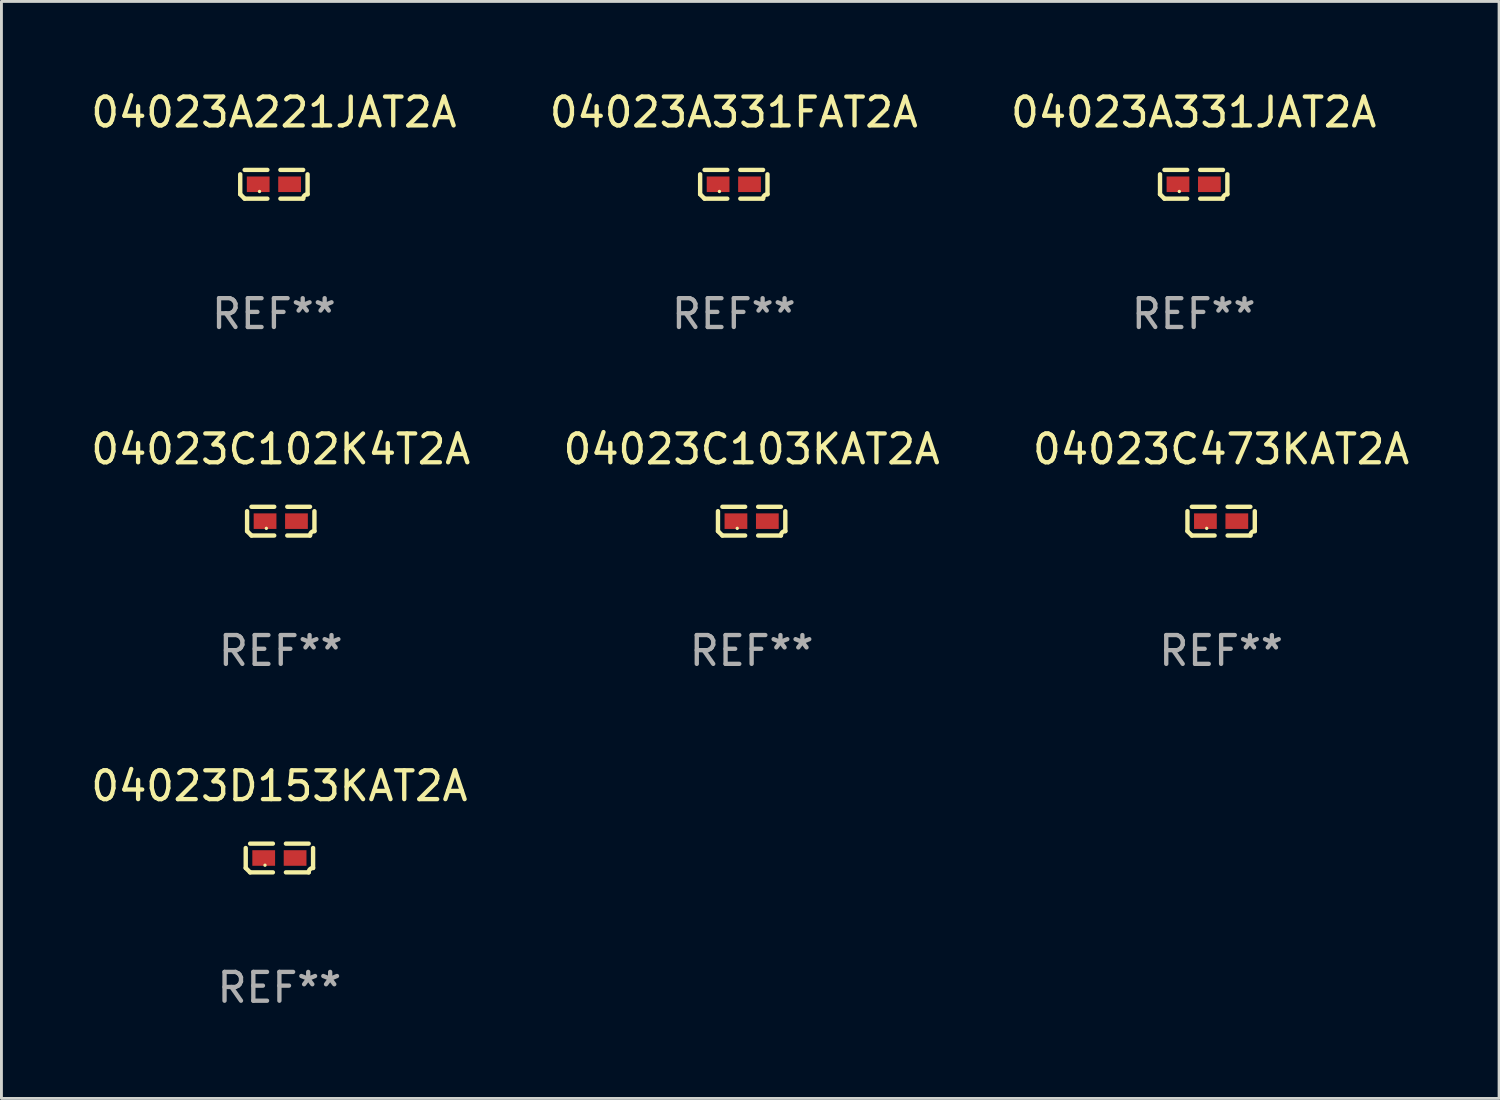
<source format=kicad_pcb>
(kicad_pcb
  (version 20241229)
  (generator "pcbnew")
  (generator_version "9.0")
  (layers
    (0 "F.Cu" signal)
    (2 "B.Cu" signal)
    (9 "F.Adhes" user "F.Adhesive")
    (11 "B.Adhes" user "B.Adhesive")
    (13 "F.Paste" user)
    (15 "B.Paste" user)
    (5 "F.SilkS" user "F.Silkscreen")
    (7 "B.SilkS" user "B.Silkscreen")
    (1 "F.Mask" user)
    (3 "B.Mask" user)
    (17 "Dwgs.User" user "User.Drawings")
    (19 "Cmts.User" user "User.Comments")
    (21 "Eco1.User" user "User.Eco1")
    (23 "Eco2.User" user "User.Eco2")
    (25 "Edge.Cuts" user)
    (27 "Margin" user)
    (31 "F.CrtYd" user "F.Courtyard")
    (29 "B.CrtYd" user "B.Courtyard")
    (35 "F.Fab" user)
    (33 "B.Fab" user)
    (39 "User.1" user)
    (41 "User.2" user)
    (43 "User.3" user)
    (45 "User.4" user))
  (footprint "04023C102K4T2A"
    (layer "F.Cu")
    (at 6.696 15.041)
    (property "Reference" "04023C102K4T2A" (at 0 -2.499 0) (layer "F.SilkS") (effects (font (size 1 1) (thickness 0.15))))
    (attr through_hole)
    (fp_line (start -1.169 0.346) (end -1.169 -0.346) (stroke (width 0.152) (type solid)) (layer "F.SilkS"))
    (fp_line (start -1.016 -0.499) (end -0.226 -0.499) (stroke (width 0.152) (type solid)) (layer "F.SilkS"))
    (fp_line (start -0.226 0.499) (end -1.016 0.499) (stroke (width 0.152) (type solid)) (layer "F.SilkS"))
    (fp_line (start 0.226 0.499) (end 1.016 0.499) (stroke (width 0.152) (type solid)) (layer "F.SilkS"))
    (fp_line (start 1.016 -0.499) (end 0.226 -0.499) (stroke (width 0.152) (type solid)) (layer "F.SilkS"))
    (fp_line (start 1.169 0.346) (end 1.169 -0.346) (stroke (width 0.152) (type solid)) (layer "F.SilkS"))
    (fp_arc (start -1.016307 0.498603) (mid -1.092512 0.422405) (end -1.16871 0.3462) (stroke (width 0.1524) (type solid)) (layer "F.SilkS"))
    (fp_arc (start 1.016307 0.498603) (mid 1.060899 0.390758) (end 1.168707 0.346076) (stroke (width 0.1524) (type solid)) (layer "F.SilkS"))
    (fp_circle (center -0.5 0.25) (end -0.47 0.25) (stroke (width 0.06) (type solid)) (fill no) (layer "F.SilkS"))
    (fp_text user "REF**" (at 0 4.499 0) (layer "F.Fab") (effects (font (size 1 1) (thickness 0.15))))
    (pad "1" smd rect (at -0.545 0) (size 0.79 0.54) (layers "F.Cu" "F.Mask" "F.Paste"))
    (pad "2" smd rect (at 0.545 0) (size 0.79 0.54) (layers "F.Cu" "F.Mask" "F.Paste")))
  (footprint "04023A331JAT2A"
    (layer "F.Cu")
    (at 38.387 3.347)
    (property "Reference" "04023A331JAT2A" (at 0 -2.499 0) (layer "F.SilkS") (effects (font (size 1 1) (thickness 0.15))))
    (attr through_hole)
    (fp_line (start -1.169 0.346) (end -1.169 -0.346) (stroke (width 0.152) (type solid)) (layer "F.SilkS"))
    (fp_line (start -1.016 -0.499) (end -0.226 -0.499) (stroke (width 0.152) (type solid)) (layer "F.SilkS"))
    (fp_line (start -0.226 0.499) (end -1.016 0.499) (stroke (width 0.152) (type solid)) (layer "F.SilkS"))
    (fp_line (start 0.226 0.499) (end 1.016 0.499) (stroke (width 0.152) (type solid)) (layer "F.SilkS"))
    (fp_line (start 1.016 -0.499) (end 0.226 -0.499) (stroke (width 0.152) (type solid)) (layer "F.SilkS"))
    (fp_line (start 1.169 0.346) (end 1.169 -0.346) (stroke (width 0.152) (type solid)) (layer "F.SilkS"))
    (fp_arc (start -1.016307 0.498603) (mid -1.092512 0.422405) (end -1.16871 0.3462) (stroke (width 0.1524) (type solid)) (layer "F.SilkS"))
    (fp_arc (start 1.016307 0.498603) (mid 1.060899 0.390758) (end 1.168707 0.346076) (stroke (width 0.1524) (type solid)) (layer "F.SilkS"))
    (fp_circle (center -0.5 0.25) (end -0.47 0.25) (stroke (width 0.06) (type solid)) (fill no) (layer "F.SilkS"))
    (fp_text user "REF**" (at 0 4.499 0) (layer "F.Fab") (effects (font (size 1 1) (thickness 0.15))))
    (pad "1" smd rect (at -0.545 0) (size 0.79 0.54) (layers "F.Cu" "F.Mask" "F.Paste"))
    (pad "2" smd rect (at 0.545 0) (size 0.79 0.54) (layers "F.Cu" "F.Mask" "F.Paste")))
  (footprint "04023C103KAT2A"
    (layer "F.Cu")
    (at 23.042 15.041)
    (property "Reference" "04023C103KAT2A" (at 0 -2.499 0) (layer "F.SilkS") (effects (font (size 1 1) (thickness 0.15))))
    (attr through_hole)
    (fp_line (start -1.169 0.346) (end -1.169 -0.346) (stroke (width 0.152) (type solid)) (layer "F.SilkS"))
    (fp_line (start -1.016 -0.499) (end -0.226 -0.499) (stroke (width 0.152) (type solid)) (layer "F.SilkS"))
    (fp_line (start -0.226 0.499) (end -1.016 0.499) (stroke (width 0.152) (type solid)) (layer "F.SilkS"))
    (fp_line (start 0.226 0.499) (end 1.016 0.499) (stroke (width 0.152) (type solid)) (layer "F.SilkS"))
    (fp_line (start 1.016 -0.499) (end 0.226 -0.499) (stroke (width 0.152) (type solid)) (layer "F.SilkS"))
    (fp_line (start 1.169 0.346) (end 1.169 -0.346) (stroke (width 0.152) (type solid)) (layer "F.SilkS"))
    (fp_arc (start -1.016307 0.498603) (mid -1.092512 0.422405) (end -1.16871 0.3462) (stroke (width 0.1524) (type solid)) (layer "F.SilkS"))
    (fp_arc (start 1.016307 0.498603) (mid 1.060899 0.390758) (end 1.168707 0.346076) (stroke (width 0.1524) (type solid)) (layer "F.SilkS"))
    (fp_circle (center -0.5 0.25) (end -0.47 0.25) (stroke (width 0.06) (type solid)) (fill no) (layer "F.SilkS"))
    (fp_text user "REF**" (at 0 4.499 0) (layer "F.Fab") (effects (font (size 1 1) (thickness 0.15))))
    (pad "1" smd rect (at -0.545 0) (size 0.79 0.54) (layers "F.Cu" "F.Mask" "F.Paste"))
    (pad "2" smd rect (at 0.545 0) (size 0.79 0.54) (layers "F.Cu" "F.Mask" "F.Paste")))
  (footprint "04023A221JAT2A"
    (layer "F.Cu")
    (at 6.458 3.347)
    (property "Reference" "04023A221JAT2A" (at 0 -2.499 0) (layer "F.SilkS") (effects (font (size 1 1) (thickness 0.15))))
    (attr through_hole)
    (fp_line (start -1.169 0.346) (end -1.169 -0.346) (stroke (width 0.152) (type solid)) (layer "F.SilkS"))
    (fp_line (start -1.016 -0.499) (end -0.226 -0.499) (stroke (width 0.152) (type solid)) (layer "F.SilkS"))
    (fp_line (start -0.226 0.499) (end -1.016 0.499) (stroke (width 0.152) (type solid)) (layer "F.SilkS"))
    (fp_line (start 0.226 0.499) (end 1.016 0.499) (stroke (width 0.152) (type solid)) (layer "F.SilkS"))
    (fp_line (start 1.016 -0.499) (end 0.226 -0.499) (stroke (width 0.152) (type solid)) (layer "F.SilkS"))
    (fp_line (start 1.169 0.346) (end 1.169 -0.346) (stroke (width 0.152) (type solid)) (layer "F.SilkS"))
    (fp_arc (start -1.016307 0.498603) (mid -1.092512 0.422405) (end -1.16871 0.3462) (stroke (width 0.1524) (type solid)) (layer "F.SilkS"))
    (fp_arc (start 1.016307 0.498603) (mid 1.060899 0.390758) (end 1.168707 0.346076) (stroke (width 0.1524) (type solid)) (layer "F.SilkS"))
    (fp_circle (center -0.5 0.25) (end -0.47 0.25) (stroke (width 0.06) (type solid)) (fill no) (layer "F.SilkS"))
    (fp_text user "REF**" (at 0 4.499 0) (layer "F.Fab") (effects (font (size 1 1) (thickness 0.15))))
    (pad "1" smd rect (at -0.545 0) (size 0.79 0.54) (layers "F.Cu" "F.Mask" "F.Paste"))
    (pad "2" smd rect (at 0.545 0) (size 0.79 0.54) (layers "F.Cu" "F.Mask" "F.Paste")))
  (footprint "04023A331FAT2A"
    (layer "F.Cu")
    (at 22.423 3.347)
    (property "Reference" "04023A331FAT2A" (at 0 -2.499 0) (layer "F.SilkS") (effects (font (size 1 1) (thickness 0.15))))
    (attr through_hole)
    (fp_line (start -1.169 0.346) (end -1.169 -0.346) (stroke (width 0.152) (type solid)) (layer "F.SilkS"))
    (fp_line (start -1.016 -0.499) (end -0.226 -0.499) (stroke (width 0.152) (type solid)) (layer "F.SilkS"))
    (fp_line (start -0.226 0.499) (end -1.016 0.499) (stroke (width 0.152) (type solid)) (layer "F.SilkS"))
    (fp_line (start 0.226 0.499) (end 1.016 0.499) (stroke (width 0.152) (type solid)) (layer "F.SilkS"))
    (fp_line (start 1.016 -0.499) (end 0.226 -0.499) (stroke (width 0.152) (type solid)) (layer "F.SilkS"))
    (fp_line (start 1.169 0.346) (end 1.169 -0.346) (stroke (width 0.152) (type solid)) (layer "F.SilkS"))
    (fp_arc (start -1.016307 0.498603) (mid -1.092512 0.422405) (end -1.16871 0.3462) (stroke (width 0.1524) (type solid)) (layer "F.SilkS"))
    (fp_arc (start 1.016307 0.498603) (mid 1.060899 0.390758) (end 1.168707 0.346076) (stroke (width 0.1524) (type solid)) (layer "F.SilkS"))
    (fp_circle (center -0.5 0.25) (end -0.47 0.25) (stroke (width 0.06) (type solid)) (fill no) (layer "F.SilkS"))
    (fp_text user "REF**" (at 0 4.499 0) (layer "F.Fab") (effects (font (size 1 1) (thickness 0.15))))
    (pad "1" smd rect (at -0.545 0) (size 0.79 0.54) (layers "F.Cu" "F.Mask" "F.Paste"))
    (pad "2" smd rect (at 0.545 0) (size 0.79 0.54) (layers "F.Cu" "F.Mask" "F.Paste")))
  (footprint "04023D153KAT2A"
    (layer "F.Cu")
    (at 6.649 26.734)
    (property "Reference" "04023D153KAT2A" (at 0 -2.499 0) (layer "F.SilkS") (effects (font (size 1 1) (thickness 0.15))))
    (attr through_hole)
    (fp_line (start -1.169 0.346) (end -1.169 -0.346) (stroke (width 0.152) (type solid)) (layer "F.SilkS"))
    (fp_line (start -1.016 -0.499) (end -0.226 -0.499) (stroke (width 0.152) (type solid)) (layer "F.SilkS"))
    (fp_line (start -0.226 0.499) (end -1.016 0.499) (stroke (width 0.152) (type solid)) (layer "F.SilkS"))
    (fp_line (start 0.226 0.499) (end 1.016 0.499) (stroke (width 0.152) (type solid)) (layer "F.SilkS"))
    (fp_line (start 1.016 -0.499) (end 0.226 -0.499) (stroke (width 0.152) (type solid)) (layer "F.SilkS"))
    (fp_line (start 1.169 0.346) (end 1.169 -0.346) (stroke (width 0.152) (type solid)) (layer "F.SilkS"))
    (fp_arc (start -1.016307 0.498603) (mid -1.092512 0.422405) (end -1.16871 0.3462) (stroke (width 0.1524) (type solid)) (layer "F.SilkS"))
    (fp_arc (start 1.016307 0.498603) (mid 1.060899 0.390758) (end 1.168707 0.346076) (stroke (width 0.1524) (type solid)) (layer "F.SilkS"))
    (fp_circle (center -0.5 0.25) (end -0.47 0.25) (stroke (width 0.06) (type solid)) (fill no) (layer "F.SilkS"))
    (fp_text user "REF**" (at 0 4.499 0) (layer "F.Fab") (effects (font (size 1 1) (thickness 0.15))))
    (pad "1" smd rect (at -0.545 0) (size 0.79 0.54) (layers "F.Cu" "F.Mask" "F.Paste"))
    (pad "2" smd rect (at 0.545 0) (size 0.79 0.54) (layers "F.Cu" "F.Mask" "F.Paste")))
  (footprint "04023C473KAT2A"
    (layer "F.Cu")
    (at 39.339 15.041)
    (property "Reference" "04023C473KAT2A" (at 0 -2.499 0) (layer "F.SilkS") (effects (font (size 1 1) (thickness 0.15))))
    (attr through_hole)
    (fp_line (start -1.169 0.346) (end -1.169 -0.346) (stroke (width 0.152) (type solid)) (layer "F.SilkS"))
    (fp_line (start -1.016 -0.499) (end -0.226 -0.499) (stroke (width 0.152) (type solid)) (layer "F.SilkS"))
    (fp_line (start -0.226 0.499) (end -1.016 0.499) (stroke (width 0.152) (type solid)) (layer "F.SilkS"))
    (fp_line (start 0.226 0.499) (end 1.016 0.499) (stroke (width 0.152) (type solid)) (layer "F.SilkS"))
    (fp_line (start 1.016 -0.499) (end 0.226 -0.499) (stroke (width 0.152) (type solid)) (layer "F.SilkS"))
    (fp_line (start 1.169 0.346) (end 1.169 -0.346) (stroke (width 0.152) (type solid)) (layer "F.SilkS"))
    (fp_arc (start -1.016307 0.498603) (mid -1.092512 0.422405) (end -1.16871 0.3462) (stroke (width 0.1524) (type solid)) (layer "F.SilkS"))
    (fp_arc (start 1.016307 0.498603) (mid 1.060899 0.390758) (end 1.168707 0.346076) (stroke (width 0.1524) (type solid)) (layer "F.SilkS"))
    (fp_circle (center -0.5 0.25) (end -0.47 0.25) (stroke (width 0.06) (type solid)) (fill no) (layer "F.SilkS"))
    (fp_text user "REF**" (at 0 4.499 0) (layer "F.Fab") (effects (font (size 1 1) (thickness 0.15))))
    (pad "1" smd rect (at -0.545 0) (size 0.79 0.54) (layers "F.Cu" "F.Mask" "F.Paste"))
    (pad "2" smd rect (at 0.545 0) (size 0.79 0.54) (layers "F.Cu" "F.Mask" "F.Paste")))
  (gr_rect
    (start -3 -3)
    (end 48.988 35.081)
    (stroke (width 0.1) (type default))
    (fill no)
    (layer "Edge.Cuts")))
</source>
